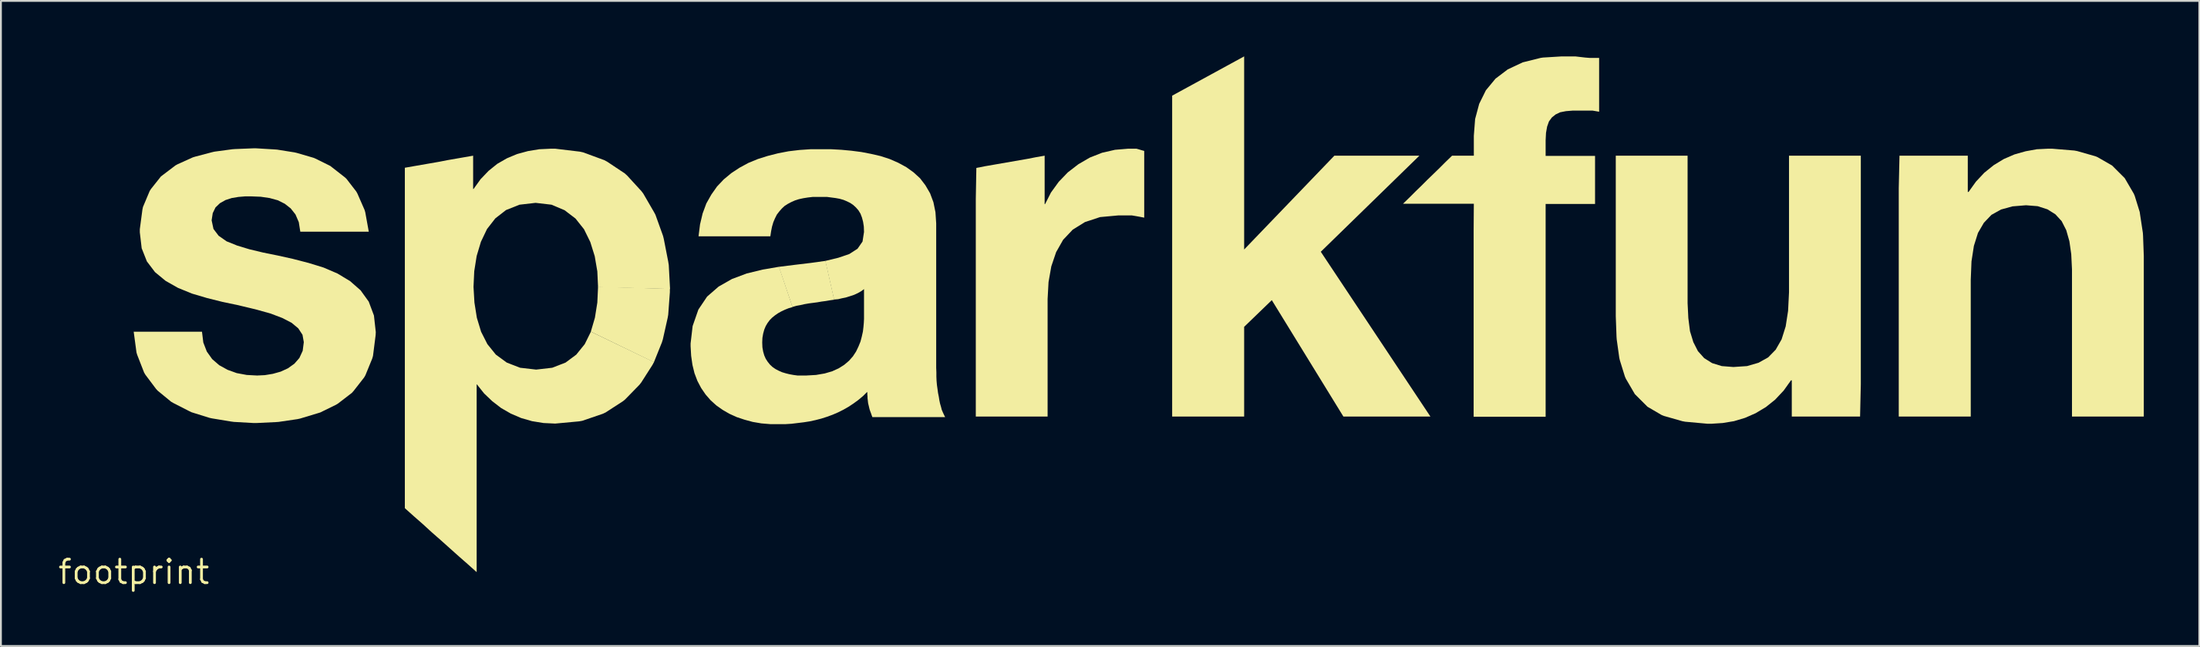
<source format=kicad_pcb>
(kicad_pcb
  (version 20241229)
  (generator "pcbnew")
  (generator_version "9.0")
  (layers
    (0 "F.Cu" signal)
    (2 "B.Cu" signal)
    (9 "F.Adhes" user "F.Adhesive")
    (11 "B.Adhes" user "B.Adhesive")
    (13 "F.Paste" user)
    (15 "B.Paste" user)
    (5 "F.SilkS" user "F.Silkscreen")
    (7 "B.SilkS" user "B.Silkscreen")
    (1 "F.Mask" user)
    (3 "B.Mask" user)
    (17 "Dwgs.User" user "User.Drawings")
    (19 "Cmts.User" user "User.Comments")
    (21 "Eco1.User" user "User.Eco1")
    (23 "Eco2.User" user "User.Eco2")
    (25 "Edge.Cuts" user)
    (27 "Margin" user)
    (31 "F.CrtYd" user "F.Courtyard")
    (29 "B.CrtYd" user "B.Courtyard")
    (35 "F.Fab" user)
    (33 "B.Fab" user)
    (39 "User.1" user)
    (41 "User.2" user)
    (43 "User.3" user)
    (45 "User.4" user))
  (footprint "footprint"
    (layer "F.Cu")
    (at 4.18 27.888)
    (property "Reference" "footprint" (at 0 0 0) (layer "F.SilkS") (effects (font (size 1.27 1.27) (thickness 0.15))))
    (fp_poly (pts (xy 28.965 -15.315) (xy 28.965 -15.13) (xy 28.875 -13.909) (xy 28.845 -13.739) (xy 28.585 -12.579) (xy 28.535 -12.418) (xy 28.103 -11.343) (xy 24.694 -12.997) (xy 24.915 -13.751) (xy 25.045 -14.571) (xy 25.085 -15.425)) (stroke (width 0) (type solid)) (fill yes) (layer "F.SilkS"))
    (fp_poly (pts (xy 59.995 -17.442) (xy 64.868 -22.515) (xy 69.462 -22.515) (xy 64.136 -17.319) (xy 70.059 -8.405) (xy 65.357 -8.405) (xy 61.489 -14.702) (xy 59.995 -13.258) (xy 59.995 -8.405) (xy 56.105 -8.405) (xy 56.105 -25.763) (xy 59.995 -27.888)) (stroke (width 0) (type solid)) (fill yes) (layer "F.SilkS"))
    (fp_poly (pts (xy 37.846 -14.726) (xy 37.621 -14.695) (xy 37.391 -14.655) (xy 37.161 -14.625) (xy 36.931 -14.585) (xy 36.701 -14.555) (xy 36.471 -14.525) (xy 36.241 -14.485) (xy 36.021 -14.435) (xy 35.801 -14.395) (xy 35.587 -14.334) (xy 34.853 -16.504) (xy 35.739 -16.615) (xy 36.579 -16.715) (xy 37.374 -16.826)) (stroke (width 0) (type solid)) (fill yes) (layer "F.SilkS"))
    (fp_poly (pts (xy 54.281 -22.865) (xy 54.381 -22.835) (xy 54.481 -22.805) (xy 54.595 -22.774) (xy 54.595 -19.164) (xy 54.439 -19.195) (xy 54.279 -19.225) (xy 54.109 -19.255) (xy 53.93 -19.285) (xy 53.19 -19.285) (xy 52.211 -19.195) (xy 51.392 -18.925) (xy 50.733 -18.516) (xy 50.214 -17.967) (xy 49.835 -17.298) (xy 49.575 -16.529) (xy 49.425 -15.679) (xy 49.375 -14.76) (xy 49.375 -8.405) (xy 45.495 -8.405) (xy 45.495 -20.17) (xy 45.525 -21.854) (xy 45.989 -21.945) (xy 46.449 -22.025) (xy 48.289 -22.345) (xy 48.749 -22.435) (xy 49.215 -22.516) (xy 49.215 -19.895) (xy 49.237 -19.895) (xy 49.556 -20.523) (xy 49.976 -21.103) (xy 50.467 -21.614) (xy 51.037 -22.054) (xy 51.658 -22.415) (xy 52.319 -22.675) (xy 53.019 -22.835) (xy 53.74 -22.895) (xy 54.171 -22.895)) (stroke (width 0) (type solid)) (fill yes) (layer "F.SilkS"))
    (fp_poly (pts (xy 78.161 -27.855) (xy 78.42 -27.825) (xy 78.67 -27.805) (xy 79.175 -27.805) (xy 79.175 -24.894) (xy 78.999 -24.925) (xy 78.82 -24.955) (xy 77.75 -24.955) (xy 77.381 -24.925) (xy 77.072 -24.865) (xy 76.823 -24.746) (xy 76.624 -24.587) (xy 76.464 -24.368) (xy 76.365 -24.089) (xy 76.305 -23.749) (xy 76.285 -23.35) (xy 76.285 -22.505) (xy 78.955 -22.505) (xy 78.955 -19.905) (xy 76.285 -19.905) (xy 76.285 -8.395) (xy 72.395 -8.395) (xy 72.395 -18.47) (xy 72.405 -19.915) (xy 68.578 -19.915) (xy 68.916 -20.244) (xy 69.246 -20.574) (xy 69.576 -20.894) (xy 69.906 -21.224) (xy 70.237 -21.544) (xy 70.566 -21.864) (xy 70.896 -22.194) (xy 71.228 -22.515) (xy 72.405 -22.515) (xy 72.405 -23.59) (xy 72.475 -24.501) (xy 72.695 -25.322) (xy 73.056 -26.053) (xy 73.577 -26.684) (xy 74.237 -27.184) (xy 75.048 -27.565) (xy 76.009 -27.805) (xy 76.139 -27.825) (xy 77.13 -27.885) (xy 77.9 -27.885)) (stroke (width 0) (type solid)) (fill yes) (layer "F.SilkS"))
    (fp_poly (pts (xy 83.955 -14.54) (xy 83.995 -13.73) (xy 84.085 -13.021) (xy 84.265 -12.432) (xy 84.514 -11.943) (xy 84.853 -11.564) (xy 85.282 -11.295) (xy 85.801 -11.135) (xy 86.43 -11.085) (xy 87.169 -11.135) (xy 87.788 -11.315) (xy 88.307 -11.604) (xy 88.716 -12.023) (xy 89.035 -12.582) (xy 89.255 -13.281) (xy 89.385 -14.121) (xy 89.435 -15.12) (xy 89.435 -22.515) (xy 93.315 -22.515) (xy 93.315 -10.17) (xy 93.275 -8.405) (xy 89.585 -8.405) (xy 89.585 -10.365) (xy 89.543 -10.365) (xy 89.144 -9.807) (xy 88.683 -9.316) (xy 88.183 -8.916) (xy 87.632 -8.586) (xy 87.062 -8.335) (xy 86.461 -8.155) (xy 85.851 -8.055) (xy 85.23 -8.015) (xy 85.04 -8.015) (xy 83.829 -8.125) (xy 83.669 -8.155) (xy 82.688 -8.435) (xy 82.558 -8.485) (xy 81.787 -8.936) (xy 81.106 -9.617) (xy 80.616 -10.458) (xy 80.565 -10.578) (xy 80.295 -11.449) (xy 80.265 -11.579) (xy 80.125 -12.579) (xy 80.115 -12.73) (xy 80.075 -13.83) (xy 80.075 -22.515) (xy 83.955 -22.515)) (stroke (width 0) (type solid)) (fill yes) (layer "F.SilkS"))
    (fp_poly (pts (xy 104.851 -22.795) (xy 105.011 -22.765) (xy 105.992 -22.485) (xy 106.112 -22.434) (xy 106.893 -21.984) (xy 107.574 -21.303) (xy 108.064 -20.462) (xy 108.115 -20.342) (xy 108.385 -19.471) (xy 108.405 -19.331) (xy 108.555 -18.341) (xy 108.565 -18.19) (xy 108.605 -17.09) (xy 108.605 -8.405) (xy 104.725 -8.405) (xy 104.725 -16.37) (xy 104.685 -17.19) (xy 104.585 -17.889) (xy 104.415 -18.488) (xy 104.166 -18.977) (xy 103.827 -19.346) (xy 103.398 -19.615) (xy 102.869 -19.785) (xy 102.24 -19.835) (xy 101.511 -19.775) (xy 100.892 -19.605) (xy 100.373 -19.316) (xy 99.964 -18.887) (xy 99.645 -18.338) (xy 99.425 -17.639) (xy 99.295 -16.8) (xy 99.255 -15.8) (xy 99.255 -8.405) (xy 95.365 -8.405) (xy 95.365 -20.75) (xy 95.405 -22.515) (xy 99.095 -22.515) (xy 99.095 -20.555) (xy 99.137 -20.555) (xy 99.536 -21.113) (xy 99.987 -21.594) (xy 100.497 -22.004) (xy 101.038 -22.334) (xy 101.618 -22.585) (xy 102.219 -22.755) (xy 102.829 -22.865) (xy 103.45 -22.895) (xy 103.64 -22.895)) (stroke (width 0) (type solid)) (fill yes) (layer "F.SilkS"))
    (fp_poly (pts (xy 24.101 -22.735) (xy 24.281 -22.695) (xy 25.422 -22.275) (xy 25.573 -22.194) (xy 26.533 -21.554) (xy 26.654 -21.444) (xy 27.424 -20.603) (xy 27.524 -20.473) (xy 28.104 -19.472) (xy 28.185 -19.322) (xy 28.595 -18.181) (xy 28.635 -18.021) (xy 28.875 -16.791) (xy 28.905 -16.601) (xy 28.975 -15.305) (xy 25.085 -15.405) (xy 25.045 -16.259) (xy 24.905 -17.079) (xy 24.665 -17.848) (xy 24.326 -18.537) (xy 23.866 -19.116) (xy 23.277 -19.566) (xy 22.569 -19.865) (xy 21.71 -19.965) (xy 20.841 -19.865) (xy 20.113 -19.576) (xy 19.534 -19.126) (xy 19.084 -18.547) (xy 18.755 -17.858) (xy 18.525 -17.089) (xy 18.395 -16.269) (xy 18.355 -15.42) (xy 18.405 -14.571) (xy 18.535 -13.751) (xy 18.765 -12.992) (xy 19.104 -12.323) (xy 19.563 -11.754) (xy 20.152 -11.324) (xy 20.871 -11.045) (xy 21.74 -10.945) (xy 22.609 -11.045) (xy 23.328 -11.324) (xy 23.907 -11.754) (xy 24.366 -12.323) (xy 24.698 -12.997) (xy 28.107 -11.352) (xy 28.024 -11.197) (xy 27.424 -10.257) (xy 27.324 -10.127) (xy 26.553 -9.336) (xy 26.433 -9.236) (xy 25.492 -8.626) (xy 25.342 -8.555) (xy 24.231 -8.175) (xy 24.061 -8.145) (xy 22.77 -8.025) (xy 22.139 -8.055) (xy 21.519 -8.155) (xy 20.928 -8.325) (xy 20.368 -8.566) (xy 19.847 -8.866) (xy 19.367 -9.236) (xy 18.926 -9.657) (xy 18.538 -10.145) (xy 18.525 -10.145) (xy 18.525 0.011) (xy 18.037 -0.426) (xy 17.547 -0.856) (xy 17.067 -1.286) (xy 16.587 -1.716) (xy 16.097 -2.146) (xy 15.617 -2.586) (xy 15.127 -3.016) (xy 14.645 -3.448) (xy 14.645 -21.864) (xy 15.109 -21.945) (xy 16.489 -22.185) (xy 16.949 -22.275) (xy 17.409 -22.355) (xy 17.869 -22.435) (xy 18.335 -22.516) (xy 18.335 -20.715) (xy 18.357 -20.715) (xy 18.736 -21.243) (xy 19.167 -21.694) (xy 19.637 -22.074) (xy 20.158 -22.374) (xy 20.708 -22.605) (xy 21.299 -22.765) (xy 21.909 -22.865) (xy 22.56 -22.895) (xy 22.76 -22.895)) (stroke (width 0) (type solid)) (fill yes) (layer "F.SilkS"))
    (fp_poly (pts (xy 7.6 -22.855) (xy 7.741 -22.845) (xy 8.681 -22.695) (xy 8.811 -22.665) (xy 9.702 -22.405) (xy 9.822 -22.355) (xy 10.613 -21.964) (xy 11.393 -21.354) (xy 11.484 -21.273) (xy 12.024 -20.573) (xy 12.084 -20.462) (xy 12.465 -19.592) (xy 12.505 -19.461) (xy 12.696 -18.405) (xy 8.996 -18.405) (xy 8.915 -18.919) (xy 8.736 -19.337) (xy 8.476 -19.666) (xy 8.157 -19.916) (xy 7.778 -20.105) (xy 7.339 -20.225) (xy 6.86 -20.295) (xy 6.36 -20.315) (xy 6.01 -20.315) (xy 5.651 -20.285) (xy 5.291 -20.225) (xy 4.952 -20.115) (xy 4.653 -19.946) (xy 4.414 -19.717) (xy 4.265 -19.408) (xy 4.205 -19.02) (xy 4.305 -18.552) (xy 4.584 -18.184) (xy 5.012 -17.884) (xy 5.582 -17.655) (xy 6.241 -17.455) (xy 6.991 -17.275) (xy 7.781 -17.115) (xy 8.591 -16.935) (xy 9.441 -16.715) (xy 10.252 -16.465) (xy 11.002 -16.144) (xy 11.683 -15.734) (xy 12.254 -15.233) (xy 12.694 -14.622) (xy 12.975 -13.871) (xy 13.075 -12.97) (xy 13.065 -12.8) (xy 12.925 -11.689) (xy 12.885 -11.548) (xy 12.514 -10.638) (xy 12.444 -10.517) (xy 11.874 -9.787) (xy 11.783 -9.686) (xy 11.043 -9.116) (xy 10.932 -9.046) (xy 10.072 -8.625) (xy 9.941 -8.585) (xy 8.981 -8.295) (xy 8.841 -8.265) (xy 7.821 -8.115) (xy 7.67 -8.105) (xy 6.63 -8.055) (xy 6.47 -8.055) (xy 5.41 -8.115) (xy 5.259 -8.135) (xy 4.229 -8.305) (xy 4.089 -8.335) (xy 3.128 -8.635) (xy 2.998 -8.696) (xy 2.138 -9.136) (xy 2.017 -9.206) (xy 1.287 -9.806) (xy 1.196 -9.907) (xy 0.626 -10.667) (xy 0.555 -10.788) (xy 0.185 -11.738) (xy 0.145 -11.869) (xy -0.006 -12.995) (xy 3.684 -12.995) (xy 3.755 -12.411) (xy 3.944 -11.922) (xy 4.234 -11.513) (xy 4.613 -11.184) (xy 5.062 -10.935) (xy 5.561 -10.755) (xy 6.101 -10.655) (xy 6.66 -10.625) (xy 7.079 -10.645) (xy 7.509 -10.715) (xy 7.938 -10.835) (xy 8.327 -11.014) (xy 8.677 -11.264) (xy 8.946 -11.573) (xy 9.125 -11.961) (xy 9.185 -12.43) (xy 9.115 -12.828) (xy 8.886 -13.177) (xy 8.527 -13.476) (xy 8.028 -13.735) (xy 7.398 -13.975) (xy 6.649 -14.185) (xy 5.779 -14.395) (xy 5.659 -14.425) (xy 4.799 -14.605) (xy 3.959 -14.815) (xy 3.148 -15.055) (xy 2.388 -15.365) (xy 1.717 -15.746) (xy 1.146 -16.217) (xy 0.706 -16.798) (xy 0.425 -17.509) (xy 0.325 -18.37) (xy 0.325 -18.54) (xy 0.465 -19.601) (xy 0.495 -19.742) (xy 0.856 -20.602) (xy 0.926 -20.713) (xy 1.466 -21.394) (xy 2.257 -21.994) (xy 2.368 -22.054) (xy 3.188 -22.425) (xy 3.319 -22.465) (xy 4.229 -22.705) (xy 4.359 -22.735) (xy 5.329 -22.865) (xy 5.47 -22.875) (xy 6.46 -22.915) (xy 6.61 -22.915)) (stroke (width 0) (type solid)) (fill yes) (layer "F.SilkS"))
    (fp_poly (pts (xy 38.23 -22.835) (xy 38.771 -22.785) (xy 39.311 -22.715) (xy 39.831 -22.615) (xy 40.351 -22.495) (xy 40.842 -22.335) (xy 41.302 -22.134) (xy 41.743 -21.894) (xy 42.133 -21.614) (xy 42.484 -21.293) (xy 42.774 -20.913) (xy 43.025 -20.482) (xy 43.205 -20.001) (xy 43.315 -19.461) (xy 43.355 -18.86) (xy 43.355 -11.04) (xy 43.365 -10.8) (xy 43.365 -10.57) (xy 43.375 -10.34) (xy 43.395 -10.111) (xy 43.425 -9.901) (xy 43.455 -9.681) (xy 43.495 -9.481) (xy 43.525 -9.291) (xy 43.565 -9.101) (xy 43.615 -8.931) (xy 43.655 -8.772) (xy 43.715 -8.632) (xy 43.775 -8.502) (xy 43.838 -8.375) (xy 39.907 -8.375) (xy 39.875 -8.458) (xy 39.845 -8.548) (xy 39.815 -8.628) (xy 39.785 -8.708) (xy 39.755 -8.799) (xy 39.735 -8.879) (xy 39.715 -8.969) (xy 39.695 -9.049) (xy 39.675 -9.139) (xy 39.665 -9.229) (xy 39.655 -9.319) (xy 39.645 -9.4) (xy 39.645 -9.49) (xy 39.635 -9.58) (xy 39.635 -9.66) (xy 39.626 -9.739) (xy 39.403 -9.516) (xy 39.153 -9.306) (xy 38.893 -9.116) (xy 38.623 -8.936) (xy 38.342 -8.776) (xy 38.062 -8.635) (xy 37.762 -8.505) (xy 37.462 -8.395) (xy 37.151 -8.295) (xy 36.841 -8.215) (xy 36.521 -8.145) (xy 36.201 -8.095) (xy 35.871 -8.055) (xy 35.54 -8.015) (xy 35.22 -7.995) (xy 34.39 -7.995) (xy 33.909 -8.035) (xy 33.439 -8.115) (xy 32.999 -8.235) (xy 32.578 -8.375) (xy 32.178 -8.556) (xy 31.817 -8.766) (xy 31.477 -9.006) (xy 31.166 -9.286) (xy 30.896 -9.597) (xy 30.656 -9.947) (xy 30.455 -10.328) (xy 30.295 -10.749) (xy 30.185 -11.199) (xy 30.115 -11.69) (xy 30.085 -12.21) (xy 30.085 -12.36) (xy 30.195 -13.301) (xy 30.505 -14.192) (xy 30.976 -14.893) (xy 31.597 -15.434) (xy 32.318 -15.845) (xy 33.119 -16.145) (xy 33.979 -16.355) (xy 34.863 -16.506) (xy 35.596 -14.327) (xy 35.382 -14.265) (xy 35.182 -14.185) (xy 34.992 -14.096) (xy 34.813 -13.996) (xy 34.653 -13.886) (xy 34.503 -13.766) (xy 34.364 -13.627) (xy 34.244 -13.467) (xy 34.144 -13.298) (xy 34.065 -13.108) (xy 34.005 -12.889) (xy 33.965 -12.659) (xy 33.955 -12.41) (xy 33.965 -12.151) (xy 34.005 -11.921) (xy 34.065 -11.712) (xy 34.144 -11.532) (xy 34.254 -11.363) (xy 34.374 -11.213) (xy 34.513 -11.084) (xy 34.673 -10.974) (xy 34.842 -10.885) (xy 35.022 -10.805) (xy 35.221 -10.745) (xy 35.421 -10.695) (xy 35.641 -10.655) (xy 35.86 -10.625) (xy 36.33 -10.625) (xy 36.859 -10.655) (xy 37.329 -10.735) (xy 37.738 -10.855) (xy 38.088 -11.014) (xy 38.387 -11.204) (xy 38.646 -11.424) (xy 38.856 -11.663) (xy 39.026 -11.922) (xy 39.155 -12.192) (xy 39.265 -12.462) (xy 39.335 -12.731) (xy 39.395 -13.001) (xy 39.425 -13.251) (xy 39.445 -13.48) (xy 39.455 -13.69) (xy 39.455 -15.3) (xy 39.333 -15.206) (xy 39.182 -15.116) (xy 39.022 -15.035) (xy 38.852 -14.965) (xy 38.662 -14.905) (xy 38.471 -14.845) (xy 38.271 -14.805) (xy 38.061 -14.755) (xy 37.836 -14.735) (xy 37.364 -16.824) (xy 38.069 -16.995) (xy 38.658 -17.195) (xy 39.106 -17.484) (xy 39.375 -17.872) (xy 39.455 -18.39) (xy 39.445 -18.68) (xy 39.405 -18.939) (xy 39.345 -19.168) (xy 39.265 -19.378) (xy 39.156 -19.557) (xy 39.026 -19.707) (xy 38.877 -19.846) (xy 38.717 -19.956) (xy 38.538 -20.045) (xy 38.348 -20.125) (xy 38.139 -20.185) (xy 37.919 -20.225) (xy 37.46 -20.285) (xy 36.68 -20.285) (xy 36.421 -20.255) (xy 36.171 -20.215) (xy 35.941 -20.165) (xy 35.722 -20.095) (xy 35.522 -20.006) (xy 35.333 -19.906) (xy 35.163 -19.796) (xy 35.014 -19.657) (xy 34.874 -19.497) (xy 34.744 -19.327) (xy 34.645 -19.128) (xy 34.555 -18.918) (xy 34.485 -18.679) (xy 34.435 -18.429) (xy 34.394 -18.155) (xy 30.514 -18.155) (xy 30.595 -18.801) (xy 30.735 -19.391) (xy 30.935 -19.932) (xy 31.206 -20.413) (xy 31.516 -20.853) (xy 31.877 -21.234) (xy 32.287 -21.574) (xy 32.727 -21.864) (xy 33.208 -22.125) (xy 33.718 -22.335) (xy 34.259 -22.505) (xy 34.809 -22.645) (xy 35.379 -22.755) (xy 35.97 -22.825) (xy 36.56 -22.865) (xy 37.69 -22.865)) (stroke (width 0) (type solid)) (fill yes) (layer "F.SilkS")))
  (gr_rect
    (start -3 -3)
    (end 115.785 31.895)
    (stroke (width 0.1) (type default))
    (fill no)
    (layer "Edge.Cuts")))
</source>
